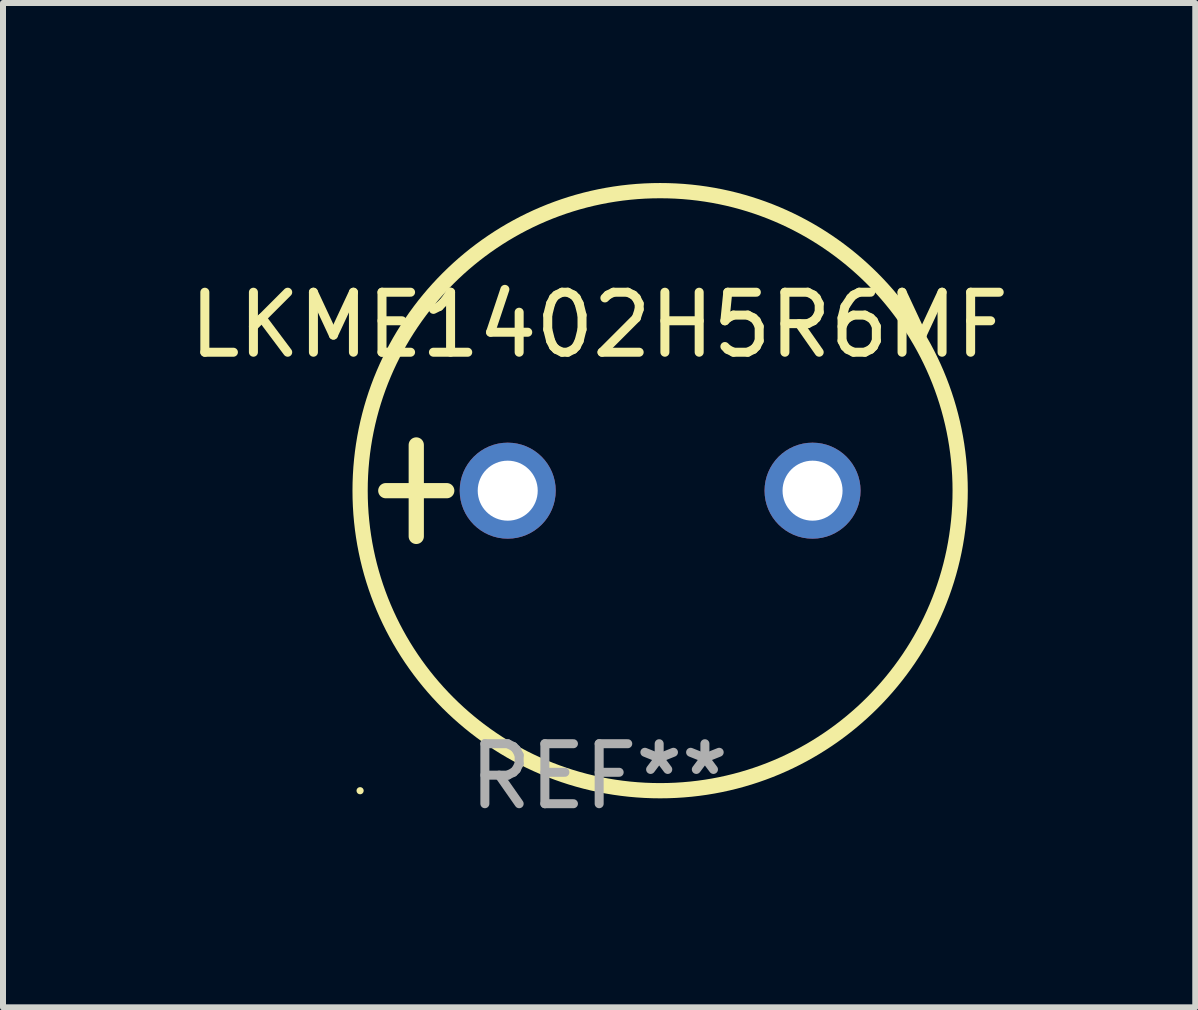
<source format=kicad_pcb>
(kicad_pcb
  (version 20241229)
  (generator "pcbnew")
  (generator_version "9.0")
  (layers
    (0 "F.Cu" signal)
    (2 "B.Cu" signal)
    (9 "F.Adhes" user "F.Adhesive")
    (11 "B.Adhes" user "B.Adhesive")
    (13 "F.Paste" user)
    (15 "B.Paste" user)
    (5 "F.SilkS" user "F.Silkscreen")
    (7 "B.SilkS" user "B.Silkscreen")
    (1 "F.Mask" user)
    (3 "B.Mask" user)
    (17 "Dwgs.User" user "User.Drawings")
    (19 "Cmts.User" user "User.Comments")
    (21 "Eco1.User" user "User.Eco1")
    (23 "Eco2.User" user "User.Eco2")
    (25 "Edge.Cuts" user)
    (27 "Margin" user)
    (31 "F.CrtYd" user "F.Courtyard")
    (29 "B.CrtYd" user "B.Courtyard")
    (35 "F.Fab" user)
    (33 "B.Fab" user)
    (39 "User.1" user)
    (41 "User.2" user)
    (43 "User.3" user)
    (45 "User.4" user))
  (footprint "LKME1402H5R6MF"
    (layer "F.Cu")
    (at 6.935 5.127)
    (property "Reference" "LKME1402H5R6MF" (at 0 -2.762 0) (layer "F.SilkS") (effects (font (size 1 1) (thickness 0.15))))
    (attr through_hole)
    (fp_line (start -3.556 0) (end -2.54 0) (stroke (width 0.254) (type solid)) (layer "F.SilkS"))
    (fp_line (start -3.048 -0.762) (end -3.048 0.762) (stroke (width 0.254) (type solid)) (layer "F.SilkS"))
    (fp_circle (center -3.984 5) (end -3.954 5) (stroke (width 0.06) (type solid)) (fill no) (layer "F.SilkS"))
    (fp_circle (center 1.016 0) (end 6.016 0) (stroke (width 0.254) (type solid)) (fill no) (layer "F.SilkS"))
    (fp_text user "REF**" (at 0 4.762 0) (layer "F.Fab") (effects (font (size 1 1) (thickness 0.15))))
    (pad "1" thru_hole circle (at -1.524 0) (size 1.6 1.6) (drill 1) (layers "*.Cu" "*.Mask"))
    (pad "2" thru_hole circle (at 3.556 0) (size 1.6 1.6) (drill 1) (layers "*.Cu" "*.Mask")))
  (gr_rect
    (start -3 -3)
    (end 16.869 13.737)
    (stroke (width 0.1) (type default))
    (fill no)
    (layer "Edge.Cuts")))
</source>
